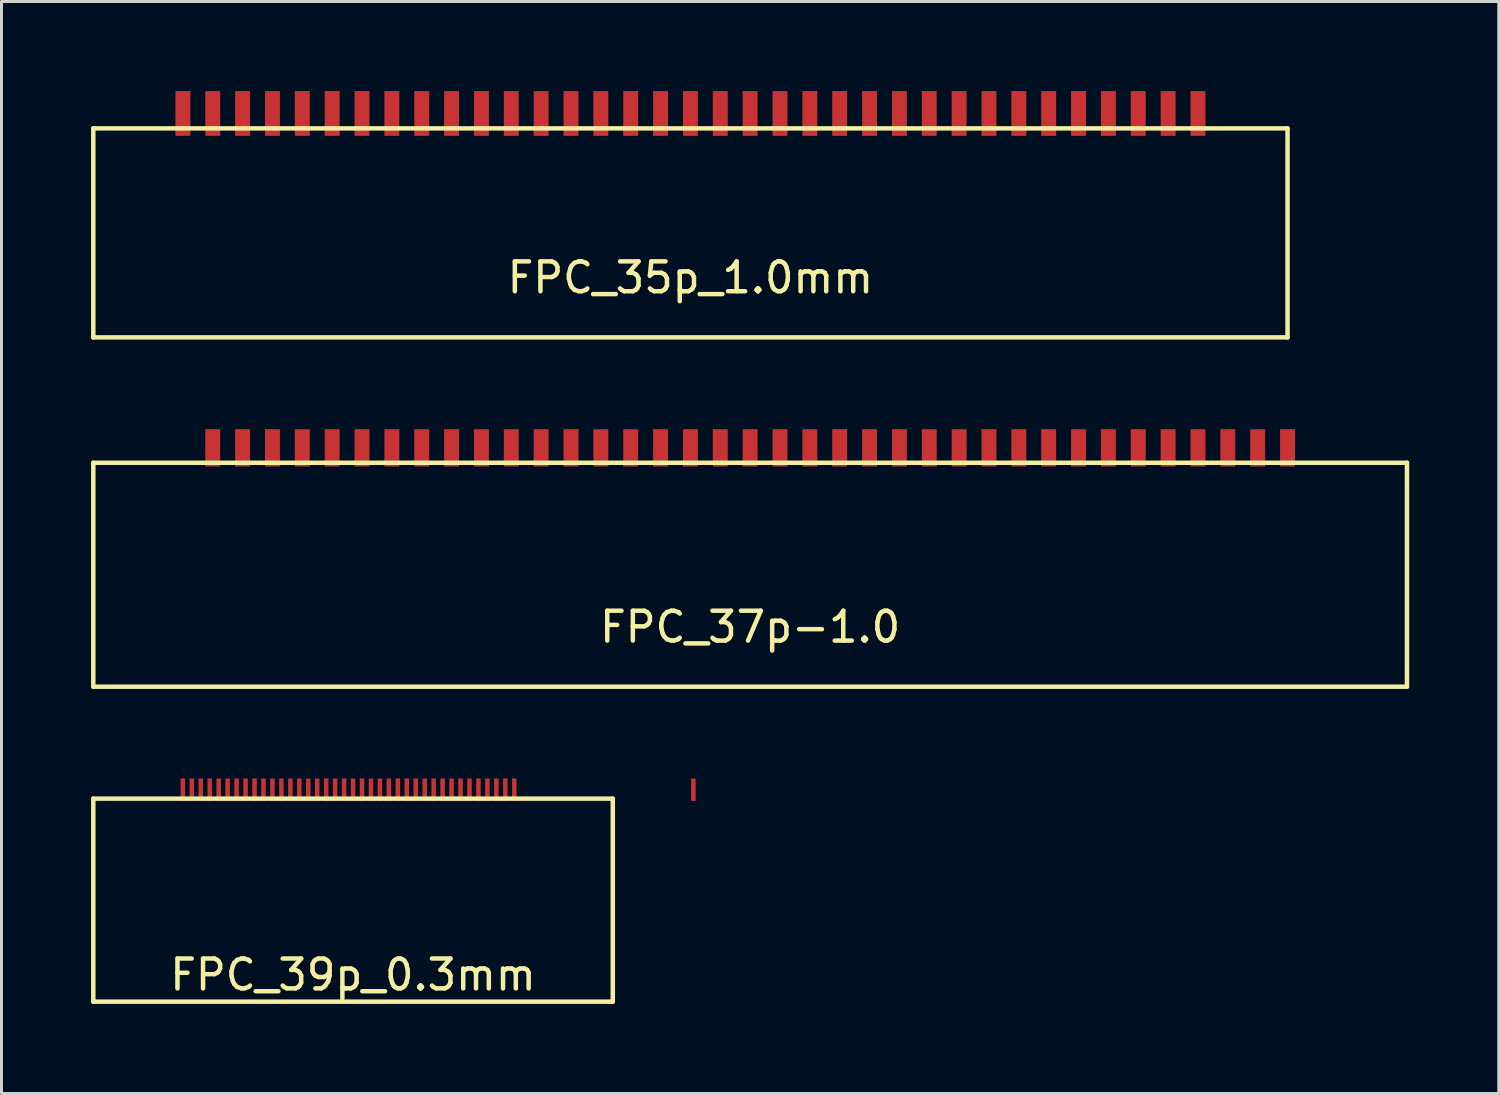
<source format=kicad_pcb>
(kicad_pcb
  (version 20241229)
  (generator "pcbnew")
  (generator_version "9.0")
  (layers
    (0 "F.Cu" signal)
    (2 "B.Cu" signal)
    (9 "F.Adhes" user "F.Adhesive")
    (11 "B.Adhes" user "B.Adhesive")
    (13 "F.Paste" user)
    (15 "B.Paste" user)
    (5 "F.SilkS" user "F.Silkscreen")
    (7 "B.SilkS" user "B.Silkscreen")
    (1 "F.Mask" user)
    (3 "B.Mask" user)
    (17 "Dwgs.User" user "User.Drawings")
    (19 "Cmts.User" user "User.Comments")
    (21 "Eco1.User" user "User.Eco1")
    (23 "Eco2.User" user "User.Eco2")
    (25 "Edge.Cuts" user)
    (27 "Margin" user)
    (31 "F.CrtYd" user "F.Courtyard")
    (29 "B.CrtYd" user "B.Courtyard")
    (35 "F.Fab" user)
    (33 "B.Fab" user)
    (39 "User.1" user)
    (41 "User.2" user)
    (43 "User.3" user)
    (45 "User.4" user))
  (footprint "FPC_37p-1.0"
    (layer "F.Cu")
    (at 22.075 12.45)
    (property "Reference" "FPC_37p-1.0" (at 0 5.5 0) (layer "F.SilkS") (effects (font (size 1 1) (thickness 0.15))))
    (attr through_hole)
    (fp_line (start -22 0) (end -22 7.5) (stroke (width 0.15) (type solid)) (layer "F.SilkS"))
    (fp_line (start -22 7.5) (end 22 7.5) (stroke (width 0.15) (type solid)) (layer "F.SilkS"))
    (fp_line (start 22 0) (end -22 0) (stroke (width 0.15) (type solid)) (layer "F.SilkS"))
    (fp_line (start 22 7.5) (end 22 0) (stroke (width 0.15) (type solid)) (layer "F.SilkS"))
    (pad "1" smd rect (at 18 -0.5) (size 0.5 1.25) (layers "F.Cu" "F.Mask" "F.Paste"))
    (pad "2" smd rect (at 17 -0.5) (size 0.5 1.25) (layers "F.Cu" "F.Mask" "F.Paste"))
    (pad "3" smd rect (at 16 -0.5) (size 0.5 1.25) (layers "F.Cu" "F.Mask" "F.Paste"))
    (pad "4" smd rect (at 15 -0.5) (size 0.5 1.25) (layers "F.Cu" "F.Mask" "F.Paste"))
    (pad "5" smd rect (at 14 -0.5) (size 0.5 1.25) (layers "F.Cu" "F.Mask" "F.Paste"))
    (pad "6" smd rect (at 13 -0.5) (size 0.5 1.25) (layers "F.Cu" "F.Mask" "F.Paste"))
    (pad "7" smd rect (at 12 -0.5) (size 0.5 1.25) (layers "F.Cu" "F.Mask" "F.Paste"))
    (pad "8" smd rect (at 11 -0.5) (size 0.5 1.25) (layers "F.Cu" "F.Mask" "F.Paste"))
    (pad "9" smd rect (at 10 -0.5) (size 0.5 1.25) (layers "F.Cu" "F.Mask" "F.Paste"))
    (pad "10" smd rect (at 9 -0.5) (size 0.5 1.25) (layers "F.Cu" "F.Mask" "F.Paste"))
    (pad "11" smd rect (at 8 -0.5) (size 0.5 1.25) (layers "F.Cu" "F.Mask" "F.Paste"))
    (pad "12" smd rect (at 7 -0.5) (size 0.5 1.25) (layers "F.Cu" "F.Mask" "F.Paste"))
    (pad "13" smd rect (at 6 -0.5) (size 0.5 1.25) (layers "F.Cu" "F.Mask" "F.Paste"))
    (pad "14" smd rect (at 5 -0.5) (size 0.5 1.25) (layers "F.Cu" "F.Mask" "F.Paste"))
    (pad "15" smd rect (at 4 -0.5) (size 0.5 1.25) (layers "F.Cu" "F.Mask" "F.Paste"))
    (pad "16" smd rect (at 3 -0.5) (size 0.5 1.25) (layers "F.Cu" "F.Mask" "F.Paste"))
    (pad "17" smd rect (at 2 -0.5) (size 0.5 1.25) (layers "F.Cu" "F.Mask" "F.Paste"))
    (pad "18" smd rect (at 1 -0.5) (size 0.5 1.25) (layers "F.Cu" "F.Mask" "F.Paste"))
    (pad "19" smd rect (at 0 -0.5) (size 0.5 1.25) (layers "F.Cu" "F.Mask" "F.Paste"))
    (pad "20" smd rect (at -1 -0.5) (size 0.5 1.25) (layers "F.Cu" "F.Mask" "F.Paste"))
    (pad "21" smd rect (at -2 -0.5) (size 0.5 1.25) (layers "F.Cu" "F.Mask" "F.Paste"))
    (pad "22" smd rect (at -3 -0.5) (size 0.5 1.25) (layers "F.Cu" "F.Mask" "F.Paste"))
    (pad "23" smd rect (at -4 -0.5) (size 0.5 1.25) (layers "F.Cu" "F.Mask" "F.Paste"))
    (pad "24" smd rect (at -5 -0.5) (size 0.5 1.25) (layers "F.Cu" "F.Mask" "F.Paste"))
    (pad "25" smd rect (at -6 -0.5) (size 0.5 1.25) (layers "F.Cu" "F.Mask" "F.Paste"))
    (pad "26" smd rect (at -7 -0.5) (size 0.5 1.25) (layers "F.Cu" "F.Mask" "F.Paste"))
    (pad "27" smd rect (at -8 -0.5) (size 0.5 1.25) (layers "F.Cu" "F.Mask" "F.Paste"))
    (pad "28" smd rect (at -9 -0.5) (size 0.5 1.25) (layers "F.Cu" "F.Mask" "F.Paste"))
    (pad "29" smd rect (at -10 -0.5) (size 0.5 1.25) (layers "F.Cu" "F.Mask" "F.Paste"))
    (pad "30" smd rect (at -11 -0.5) (size 0.5 1.25) (layers "F.Cu" "F.Mask" "F.Paste"))
    (pad "31" smd rect (at -12 -0.5) (size 0.5 1.25) (layers "F.Cu" "F.Mask" "F.Paste"))
    (pad "32" smd rect (at -13 -0.5) (size 0.5 1.25) (layers "F.Cu" "F.Mask" "F.Paste"))
    (pad "33" smd rect (at -14 -0.5) (size 0.5 1.25) (layers "F.Cu" "F.Mask" "F.Paste"))
    (pad "34" smd rect (at -15 -0.5) (size 0.5 1.25) (layers "F.Cu" "F.Mask" "F.Paste"))
    (pad "35" smd rect (at -16 -0.5) (size 0.5 1.25) (layers "F.Cu" "F.Mask" "F.Paste"))
    (pad "36" smd rect (at -17 -0.5) (size 0.5 1.25) (layers "F.Cu" "F.Mask" "F.Paste"))
    (pad "37" smd rect (at -18 -0.5) (size 0.5 1.25) (layers "F.Cu" "F.Mask" "F.Paste")))
  (footprint "FPC_39p_0.3mm"
    (layer "F.Cu")
    (at 8.775 23.7)
    (property "Reference" "FPC_39p_0.3mm" (at 0 5.9 0) (layer "F.SilkS") (effects (font (size 1 1) (thickness 0.15))))
    (attr through_hole)
    (fp_line (start -8.7 0) (end -8.7 6.8) (stroke (width 0.15) (type solid)) (layer "F.SilkS"))
    (fp_line (start -8.7 6.8) (end 8.7 6.8) (stroke (width 0.15) (type solid)) (layer "F.SilkS"))
    (fp_line (start 8.7 0) (end -8.7 0) (stroke (width 0.15) (type solid)) (layer "F.SilkS"))
    (fp_line (start 8.7 6.8) (end 8.7 0) (stroke (width 0.15) (type solid)) (layer "F.SilkS"))
    (pad "1" smd rect (at 11.4 -0.3) (size 0.15 0.75) (layers "F.Cu" "F.Mask" "F.Paste"))
    (pad "2" smd rect (at 5.4 -0.3) (size 0.15 0.75) (layers "F.Cu" "F.Mask" "F.Paste"))
    (pad "3" smd rect (at 5.1 -0.3) (size 0.15 0.75) (layers "F.Cu" "F.Mask" "F.Paste"))
    (pad "4" smd rect (at 4.8 -0.3) (size 0.15 0.75) (layers "F.Cu" "F.Mask" "F.Paste"))
    (pad "5" smd rect (at 4.5 -0.3) (size 0.15 0.75) (layers "F.Cu" "F.Mask" "F.Paste"))
    (pad "6" smd rect (at 4.2 -0.3) (size 0.15 0.75) (layers "F.Cu" "F.Mask" "F.Paste"))
    (pad "7" smd rect (at 3.9 -0.3) (size 0.15 0.75) (layers "F.Cu" "F.Mask" "F.Paste"))
    (pad "8" smd rect (at 3.6 -0.3) (size 0.15 0.75) (layers "F.Cu" "F.Mask" "F.Paste"))
    (pad "9" smd rect (at 3.3 -0.3) (size 0.15 0.75) (layers "F.Cu" "F.Mask" "F.Paste"))
    (pad "10" smd rect (at 3 -0.3) (size 0.15 0.75) (layers "F.Cu" "F.Mask" "F.Paste"))
    (pad "11" smd rect (at 2.7 -0.3) (size 0.15 0.75) (layers "F.Cu" "F.Mask" "F.Paste"))
    (pad "12" smd rect (at 2.4 -0.3) (size 0.15 0.75) (layers "F.Cu" "F.Mask" "F.Paste"))
    (pad "13" smd rect (at 2.1 -0.3) (size 0.15 0.75) (layers "F.Cu" "F.Mask" "F.Paste"))
    (pad "14" smd rect (at 1.8 -0.3) (size 0.15 0.75) (layers "F.Cu" "F.Mask" "F.Paste"))
    (pad "15" smd rect (at 1.5 -0.3) (size 0.15 0.75) (layers "F.Cu" "F.Mask" "F.Paste"))
    (pad "16" smd rect (at 1.2 -0.3) (size 0.15 0.75) (layers "F.Cu" "F.Mask" "F.Paste"))
    (pad "17" smd rect (at 0.9 -0.3) (size 0.15 0.75) (layers "F.Cu" "F.Mask" "F.Paste"))
    (pad "18" smd rect (at 0.6 -0.3) (size 0.15 0.75) (layers "F.Cu" "F.Mask" "F.Paste"))
    (pad "19" smd rect (at 0.3 -0.3) (size 0.15 0.75) (layers "F.Cu" "F.Mask" "F.Paste"))
    (pad "20" smd rect (at 0 -0.3) (size 0.15 0.75) (layers "F.Cu" "F.Mask" "F.Paste"))
    (pad "21" smd rect (at -0.3 -0.3) (size 0.15 0.75) (layers "F.Cu" "F.Mask" "F.Paste"))
    (pad "22" smd rect (at -0.6 -0.3) (size 0.15 0.75) (layers "F.Cu" "F.Mask" "F.Paste"))
    (pad "23" smd rect (at -0.9 -0.3) (size 0.15 0.75) (layers "F.Cu" "F.Mask" "F.Paste"))
    (pad "24" smd rect (at -1.2 -0.3) (size 0.15 0.75) (layers "F.Cu" "F.Mask" "F.Paste"))
    (pad "25" smd rect (at -1.5 -0.3) (size 0.15 0.75) (layers "F.Cu" "F.Mask" "F.Paste"))
    (pad "26" smd rect (at -1.8 -0.3) (size 0.15 0.75) (layers "F.Cu" "F.Mask" "F.Paste"))
    (pad "27" smd rect (at -2.1 -0.3) (size 0.15 0.75) (layers "F.Cu" "F.Mask" "F.Paste"))
    (pad "28" smd rect (at -2.4 -0.3) (size 0.15 0.75) (layers "F.Cu" "F.Mask" "F.Paste"))
    (pad "29" smd rect (at -2.7 -0.3) (size 0.15 0.75) (layers "F.Cu" "F.Mask" "F.Paste"))
    (pad "30" smd rect (at -3 -0.3) (size 0.15 0.75) (layers "F.Cu" "F.Mask" "F.Paste"))
    (pad "31" smd rect (at -3.3 -0.3) (size 0.15 0.75) (layers "F.Cu" "F.Mask" "F.Paste"))
    (pad "32" smd rect (at -3.6 -0.3) (size 0.15 0.75) (layers "F.Cu" "F.Mask" "F.Paste"))
    (pad "33" smd rect (at -3.9 -0.3) (size 0.15 0.75) (layers "F.Cu" "F.Mask" "F.Paste"))
    (pad "34" smd rect (at -4.2 -0.3) (size 0.15 0.75) (layers "F.Cu" "F.Mask" "F.Paste"))
    (pad "35" smd rect (at -4.5 -0.3) (size 0.15 0.75) (layers "F.Cu" "F.Mask" "F.Paste"))
    (pad "36" smd rect (at -4.8 -0.3) (size 0.15 0.75) (layers "F.Cu" "F.Mask" "F.Paste"))
    (pad "37" smd rect (at -5.1 -0.3) (size 0.15 0.75) (layers "F.Cu" "F.Mask" "F.Paste"))
    (pad "38" smd rect (at -5.4 -0.3) (size 0.15 0.75) (layers "F.Cu" "F.Mask" "F.Paste"))
    (pad "39" smd rect (at -5.7 -0.3) (size 0.15 0.75) (layers "F.Cu" "F.Mask" "F.Paste")))
  (footprint "FPC_35p_1.0mm"
    (layer "F.Cu")
    (at 20.075 1.25)
    (property "Reference" "FPC_35p_1.0mm" (at 0 5 0) (layer "F.SilkS") (effects (font (size 1 1) (thickness 0.15))))
    (attr through_hole)
    (fp_line (start -20 0) (end 20 0) (stroke (width 0.15) (type solid)) (layer "F.SilkS"))
    (fp_line (start -20 7) (end -20 0) (stroke (width 0.15) (type solid)) (layer "F.SilkS"))
    (fp_line (start 20 0) (end 20 7) (stroke (width 0.15) (type solid)) (layer "F.SilkS"))
    (fp_line (start 20 7) (end -20 7) (stroke (width 0.15) (type solid)) (layer "F.SilkS"))
    (pad "1" smd rect (at 17 -0.5) (size 0.5 1.5) (layers "F.Cu" "F.Mask" "F.Paste"))
    (pad "2" smd rect (at 16 -0.5) (size 0.5 1.5) (layers "F.Cu" "F.Mask" "F.Paste"))
    (pad "3" smd rect (at 15 -0.5) (size 0.5 1.5) (layers "F.Cu" "F.Mask" "F.Paste"))
    (pad "4" smd rect (at 14 -0.5) (size 0.5 1.5) (layers "F.Cu" "F.Mask" "F.Paste"))
    (pad "5" smd rect (at 13 -0.5) (size 0.5 1.5) (layers "F.Cu" "F.Mask" "F.Paste"))
    (pad "6" smd rect (at 12 -0.5) (size 0.5 1.5) (layers "F.Cu" "F.Mask" "F.Paste"))
    (pad "7" smd rect (at 11 -0.5) (size 0.5 1.5) (layers "F.Cu" "F.Mask" "F.Paste"))
    (pad "8" smd rect (at 10 -0.5) (size 0.5 1.5) (layers "F.Cu" "F.Mask" "F.Paste"))
    (pad "9" smd rect (at 9 -0.5) (size 0.5 1.5) (layers "F.Cu" "F.Mask" "F.Paste"))
    (pad "10" smd rect (at 8 -0.5) (size 0.5 1.5) (layers "F.Cu" "F.Mask" "F.Paste"))
    (pad "11" smd rect (at 7 -0.5) (size 0.5 1.5) (layers "F.Cu" "F.Mask" "F.Paste"))
    (pad "12" smd rect (at 6 -0.5) (size 0.5 1.5) (layers "F.Cu" "F.Mask" "F.Paste"))
    (pad "13" smd rect (at 5 -0.5) (size 0.5 1.5) (layers "F.Cu" "F.Mask" "F.Paste"))
    (pad "14" smd rect (at 4 -0.5) (size 0.5 1.5) (layers "F.Cu" "F.Mask" "F.Paste"))
    (pad "15" smd rect (at 3 -0.5) (size 0.5 1.5) (layers "F.Cu" "F.Mask" "F.Paste"))
    (pad "16" smd rect (at 2 -0.5) (size 0.5 1.5) (layers "F.Cu" "F.Mask" "F.Paste"))
    (pad "17" smd rect (at 1 -0.5) (size 0.5 1.5) (layers "F.Cu" "F.Mask" "F.Paste"))
    (pad "18" smd rect (at 0 -0.5) (size 0.5 1.5) (layers "F.Cu" "F.Mask" "F.Paste"))
    (pad "19" smd rect (at -1 -0.5) (size 0.5 1.5) (layers "F.Cu" "F.Mask" "F.Paste"))
    (pad "20" smd rect (at -2 -0.5) (size 0.5 1.5) (layers "F.Cu" "F.Mask" "F.Paste"))
    (pad "21" smd rect (at -3 -0.5) (size 0.5 1.5) (layers "F.Cu" "F.Mask" "F.Paste"))
    (pad "22" smd rect (at -4 -0.5) (size 0.5 1.5) (layers "F.Cu" "F.Mask" "F.Paste"))
    (pad "23" smd rect (at -5 -0.5) (size 0.5 1.5) (layers "F.Cu" "F.Mask" "F.Paste"))
    (pad "24" smd rect (at -6 -0.5) (size 0.5 1.5) (layers "F.Cu" "F.Mask" "F.Paste"))
    (pad "25" smd rect (at -7 -0.5) (size 0.5 1.5) (layers "F.Cu" "F.Mask" "F.Paste"))
    (pad "26" smd rect (at -8 -0.5) (size 0.5 1.5) (layers "F.Cu" "F.Mask" "F.Paste"))
    (pad "27" smd rect (at -9 -0.5) (size 0.5 1.5) (layers "F.Cu" "F.Mask" "F.Paste"))
    (pad "28" smd rect (at -10 -0.5) (size 0.5 1.5) (layers "F.Cu" "F.Mask" "F.Paste"))
    (pad "29" smd rect (at -11 -0.5) (size 0.5 1.5) (layers "F.Cu" "F.Mask" "F.Paste"))
    (pad "30" smd rect (at -12 -0.5) (size 0.5 1.5) (layers "F.Cu" "F.Mask" "F.Paste"))
    (pad "31" smd rect (at -13 -0.5) (size 0.5 1.5) (layers "F.Cu" "F.Mask" "F.Paste"))
    (pad "32" smd rect (at -14 -0.5) (size 0.5 1.5) (layers "F.Cu" "F.Mask" "F.Paste"))
    (pad "33" smd rect (at -15 -0.5) (size 0.5 1.5) (layers "F.Cu" "F.Mask" "F.Paste"))
    (pad "34" smd rect (at -16 -0.5) (size 0.5 1.5) (layers "F.Cu" "F.Mask" "F.Paste"))
    (pad "35" smd rect (at -17 -0.5) (size 0.5 1.5) (layers "F.Cu" "F.Mask" "F.Paste")))
  (gr_rect
    (start -3 -3)
    (end 47.15 33.575)
    (stroke (width 0.1) (type default))
    (fill no)
    (layer "Edge.Cuts")))
</source>
